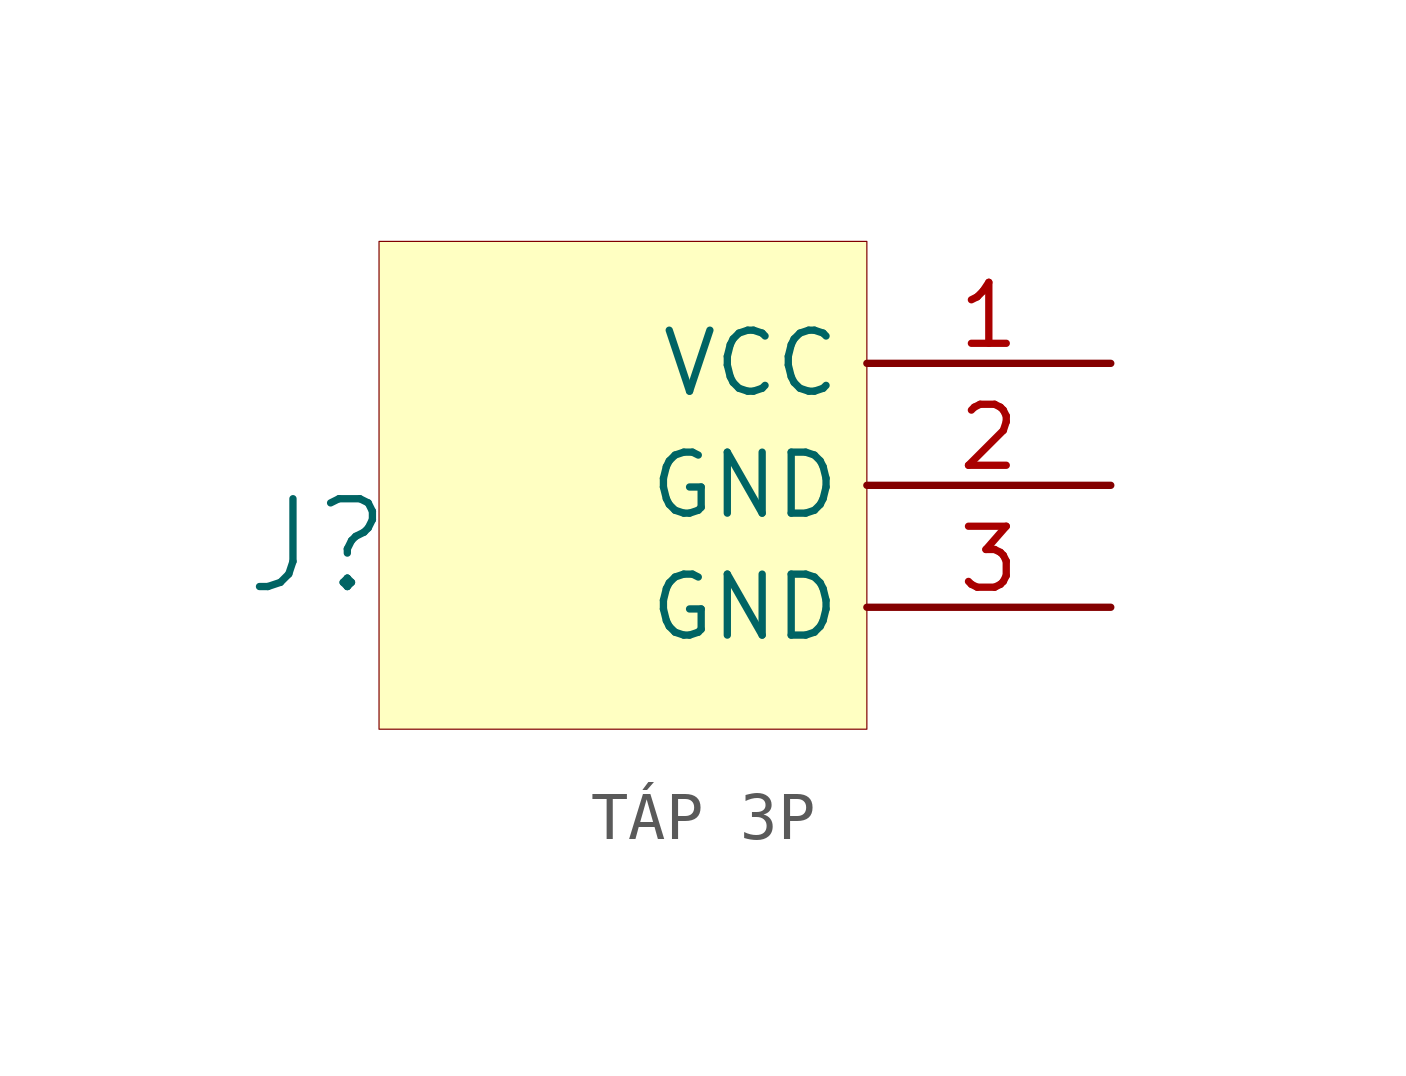
<source format=kicad_sym>
(kicad_symbol_lib
  (version 20241209)
  (generator "kicad_symbol_editor")
  (generator_version "9.0")
  (symbol "TÁP 3P"
    (property "Reference" "J"
      (at -1.27 1.27 0)
      (effects (font (size 1.829 1.829))))
    (symbol "TÁP 3P_1_0"
      (rectangle (start 10.16 7.62) (end 0 -2.54) (stroke (width 0.025) (type solid) (color 128 0 0 1)) (fill (type background)))
      (pin power_in line (at 15.24 5.08 180) (length 5.08) (name "VCC" (effects (font (size 1.27 1.27)))) (number "1" (effects (font (size 1.27 1.27)))))
      (pin passive line (at 15.24 2.54 180) (length 5.08) (name "GND" (effects (font (size 1.27 1.27)))) (number "2" (effects (font (size 1.27 1.27)))))
      (pin passive line (at 15.24 0 180) (length 5.08) (name "GND" (effects (font (size 1.27 1.27)))) (number "3" (effects (font (size 1.27 1.27))))))))
</source>
